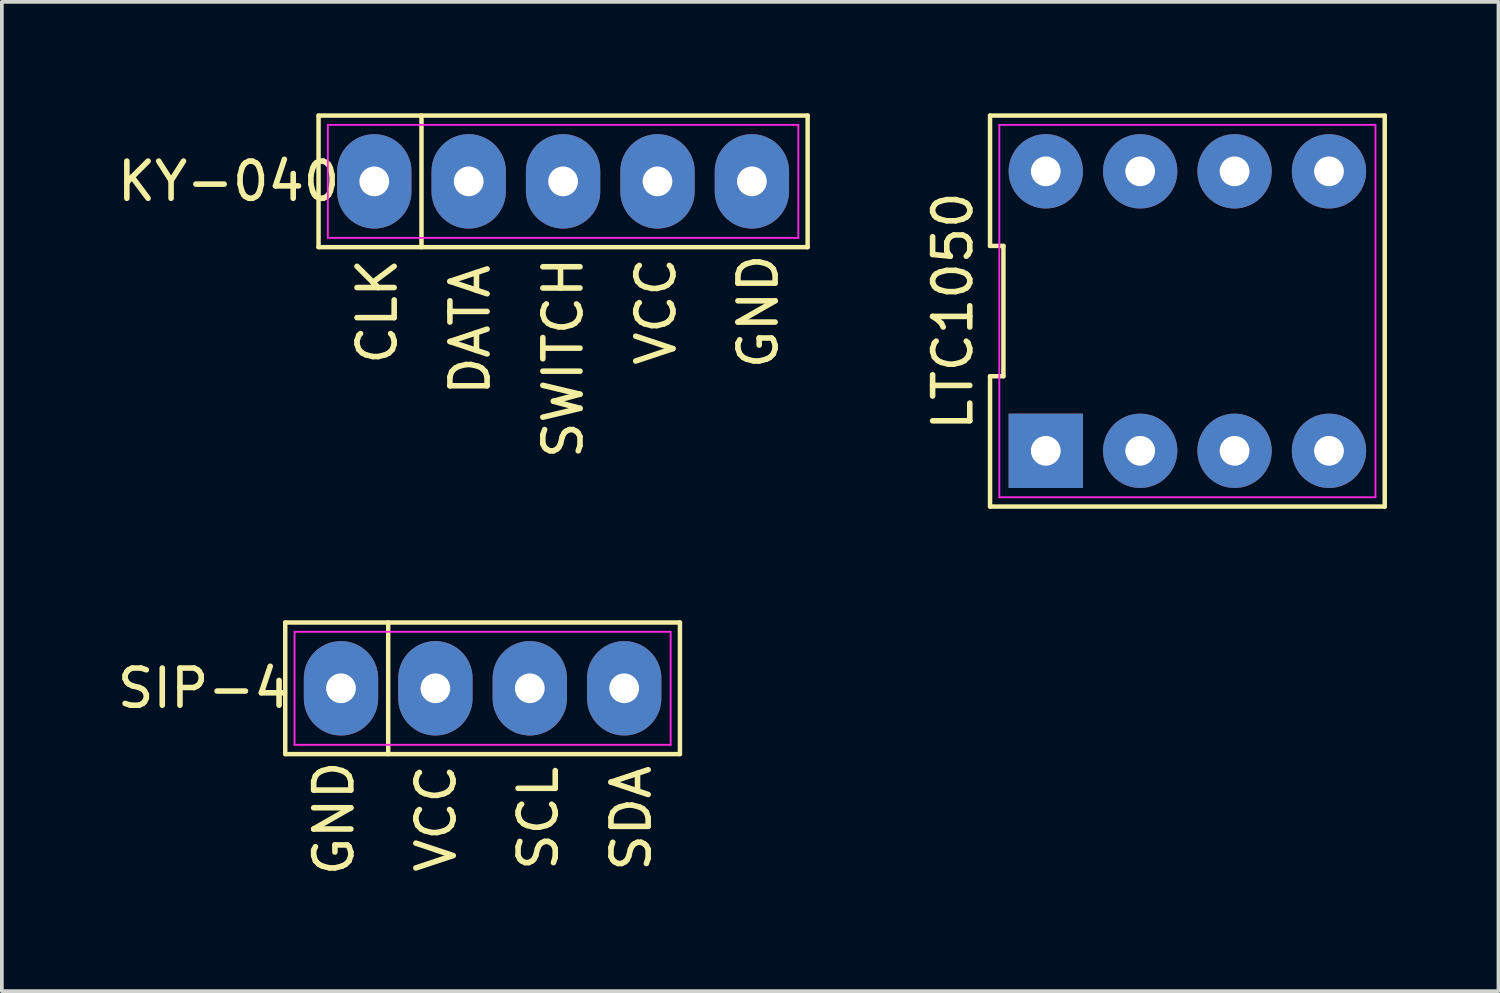
<source format=kicad_pcb>
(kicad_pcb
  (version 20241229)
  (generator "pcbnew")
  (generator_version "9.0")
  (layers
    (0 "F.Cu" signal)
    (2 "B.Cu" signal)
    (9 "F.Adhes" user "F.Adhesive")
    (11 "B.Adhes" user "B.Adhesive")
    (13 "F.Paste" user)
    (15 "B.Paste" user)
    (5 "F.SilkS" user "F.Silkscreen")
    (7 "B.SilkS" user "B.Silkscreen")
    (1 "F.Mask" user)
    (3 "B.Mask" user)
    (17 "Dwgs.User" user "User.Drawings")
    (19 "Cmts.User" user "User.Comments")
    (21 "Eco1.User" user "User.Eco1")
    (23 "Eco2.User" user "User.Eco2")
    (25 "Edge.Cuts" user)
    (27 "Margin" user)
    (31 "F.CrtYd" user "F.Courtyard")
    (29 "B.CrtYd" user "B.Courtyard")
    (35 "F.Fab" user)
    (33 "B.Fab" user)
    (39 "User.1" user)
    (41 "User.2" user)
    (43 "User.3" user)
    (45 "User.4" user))
  (footprint "SIP-4"
    (layer "F.Cu")
    (at 9.935 15.47)
    (property "Reference" "SIP-4" (at -7.5 0 0) (layer "F.SilkS") (effects (font (size 1 1) (thickness 0.15))))
    (fp_line (start -5.31 -1.77) (end 5.31 -1.77) (stroke (width 0.12) (type solid)) (layer "F.SilkS"))
    (fp_line (start -5.31 1.77) (end -5.31 -1.77) (stroke (width 0.12) (type solid)) (layer "F.SilkS"))
    (fp_line (start -2.54 -1.77) (end -2.54 1.77) (stroke (width 0.12) (type solid)) (layer "F.SilkS"))
    (fp_line (start 5.31 -1.77) (end 5.31 1.77) (stroke (width 0.12) (type solid)) (layer "F.SilkS"))
    (fp_line (start 5.31 1.77) (end -5.31 1.77) (stroke (width 0.12) (type solid)) (layer "F.SilkS"))
    (fp_line (start -5.06 -1.52) (end 5.06 -1.52) (stroke (width 0.05) (type solid)) (layer "F.CrtYd"))
    (fp_line (start -5.06 1.52) (end -5.06 -1.52) (stroke (width 0.05) (type solid)) (layer "F.CrtYd"))
    (fp_line (start 5.06 -1.52) (end 5.06 1.52) (stroke (width 0.05) (type solid)) (layer "F.CrtYd"))
    (fp_line (start 5.06 1.52) (end -5.06 1.52) (stroke (width 0.05) (type solid)) (layer "F.CrtYd"))
    (fp_text user "GND" (at -4 3.5 90) (unlocked yes) (layer "F.SilkS") (effects (font (size 1 1) (thickness 0.15))))
    (fp_text user "VCC" (at -1.25 3.5 90) (unlocked yes) (layer "F.SilkS") (effects (font (size 1 1) (thickness 0.15))))
    (fp_text user "SDA" (at 4 3.5 90) (unlocked yes) (layer "F.SilkS") (effects (font (size 1 1) (thickness 0.15))))
    (fp_text user "SCL" (at 1.5 3.5 90) (unlocked yes) (layer "F.SilkS") (effects (font (size 1 1) (thickness 0.15))))
    (pad "1" thru_hole oval (at -3.81 0) (size 2 2.54) (drill 0.8) (layers "*.Cu" "*.Mask"))
    (pad "2" thru_hole oval (at -1.27 0) (size 2 2.54) (drill 0.8) (layers "*.Cu" "*.Mask"))
    (pad "3" thru_hole oval (at 1.27 0) (size 2 2.54) (drill 0.8) (layers "*.Cu" "*.Mask"))
    (pad "4" thru_hole oval (at 3.81 0) (size 2 2.54) (drill 0.8) (layers "*.Cu" "*.Mask")))
  (footprint "KY-040"
    (layer "F.Cu")
    (at 12.101 1.83)
    (property "Reference" "KY-040" (at -9 0 0) (layer "F.SilkS") (effects (font (size 1 1) (thickness 0.15))))
    (fp_line (start -6.58 -1.77) (end 6.58 -1.77) (stroke (width 0.12) (type solid)) (layer "F.SilkS"))
    (fp_line (start -6.58 1.77) (end -6.58 -1.77) (stroke (width 0.12) (type solid)) (layer "F.SilkS"))
    (fp_line (start -3.81 -1.77) (end -3.81 1.77) (stroke (width 0.12) (type solid)) (layer "F.SilkS"))
    (fp_line (start 6.58 -1.77) (end 6.58 1.77) (stroke (width 0.12) (type solid)) (layer "F.SilkS"))
    (fp_line (start 6.58 1.77) (end -6.58 1.77) (stroke (width 0.12) (type solid)) (layer "F.SilkS"))
    (fp_line (start -6.33 -1.52) (end 6.33 -1.52) (stroke (width 0.05) (type solid)) (layer "F.CrtYd"))
    (fp_line (start -6.33 1.52) (end -6.33 -1.52) (stroke (width 0.05) (type solid)) (layer "F.CrtYd"))
    (fp_line (start 6.33 -1.52) (end 6.33 1.52) (stroke (width 0.05) (type solid)) (layer "F.CrtYd"))
    (fp_line (start 6.33 1.52) (end -6.33 1.52) (stroke (width 0.05) (type solid)) (layer "F.CrtYd"))
    (fp_text user "GND" (at 5.25 3.5 90) (unlocked yes) (layer "F.SilkS") (effects (font (size 1 1) (thickness 0.15))))
    (fp_text user "SWITCH" (at 0 4.75 90) (unlocked yes) (layer "F.SilkS") (effects (font (size 1 1) (thickness 0.15))))
    (fp_text user "VCC" (at 2.5 3.5 90) (unlocked yes) (layer "F.SilkS") (effects (font (size 1 1) (thickness 0.15))))
    (fp_text user "DATA" (at -2.5 4 90) (unlocked yes) (layer "F.SilkS") (effects (font (size 1 1) (thickness 0.15))))
    (fp_text user "CLK" (at -5 3.5 90) (unlocked yes) (layer "F.SilkS") (effects (font (size 1 1) (thickness 0.15))))
    (pad "1" thru_hole oval (at -5.08 0) (size 2 2.54) (drill 0.8) (layers "*.Cu" "*.Mask"))
    (pad "2" thru_hole oval (at -2.54 0) (size 2 2.54) (drill 0.8) (layers "*.Cu" "*.Mask"))
    (pad "3" thru_hole oval (at 0 0) (size 2 2.54) (drill 0.8) (layers "*.Cu" "*.Mask"))
    (pad "4" thru_hole oval (at 2.54 0) (size 2 2.54) (drill 0.8) (layers "*.Cu" "*.Mask"))
    (pad "5" thru_hole oval (at 5.08 0) (size 2 2.54) (drill 0.8) (layers "*.Cu" "*.Mask")))
  (footprint "LTC1050"
    (layer "F.Cu")
    (at 28.899 5.32)
    (property "Reference" "LTC1050" (at -6.31 0 90) (layer "F.SilkS") (effects (font (size 1 1) (thickness 0.15))))
    (fp_line (start -5.31 -5.26) (end -5.31 -1.753) (stroke (width 0.12) (type solid)) (layer "F.SilkS"))
    (fp_line (start -5.31 -1.753) (end -4.95 -1.753) (stroke (width 0.12) (type solid)) (layer "F.SilkS"))
    (fp_line (start -5.31 1.753) (end -5.31 5.26) (stroke (width 0.12) (type solid)) (layer "F.SilkS"))
    (fp_line (start -5.31 5.26) (end 5.31 5.26) (stroke (width 0.12) (type solid)) (layer "F.SilkS"))
    (fp_line (start -4.95 -1.753) (end -4.95 1.753) (stroke (width 0.12) (type solid)) (layer "F.SilkS"))
    (fp_line (start -4.95 1.753) (end -5.31 1.753) (stroke (width 0.12) (type solid)) (layer "F.SilkS"))
    (fp_line (start 5.31 -5.26) (end -5.31 -5.26) (stroke (width 0.12) (type solid)) (layer "F.SilkS"))
    (fp_line (start 5.31 5.26) (end 5.31 -5.26) (stroke (width 0.12) (type solid)) (layer "F.SilkS"))
    (fp_line (start -5.06 -5.01) (end 5.06 -5.01) (stroke (width 0.05) (type solid)) (layer "F.CrtYd"))
    (fp_line (start -5.06 5.01) (end -5.06 -5.01) (stroke (width 0.05) (type solid)) (layer "F.CrtYd"))
    (fp_line (start 5.06 -5.01) (end 5.06 5.01) (stroke (width 0.05) (type solid)) (layer "F.CrtYd"))
    (fp_line (start 5.06 5.01) (end -5.06 5.01) (stroke (width 0.05) (type solid)) (layer "F.CrtYd"))
    (pad "1" thru_hole rect (at -3.81 3.76) (size 2 2) (drill 0.8) (layers "*.Cu" "*.Mask"))
    (pad "2" thru_hole circle (at -1.27 3.76) (size 2 2) (drill 0.8) (layers "*.Cu" "*.Mask"))
    (pad "3" thru_hole circle (at 1.27 3.76) (size 2 2) (drill 0.8) (layers "*.Cu" "*.Mask"))
    (pad "4" thru_hole circle (at 3.81 3.76) (size 2 2) (drill 0.8) (layers "*.Cu" "*.Mask"))
    (pad "5" thru_hole circle (at 3.81 -3.76) (size 2 2) (drill 0.8) (layers "*.Cu" "*.Mask"))
    (pad "6" thru_hole circle (at 1.27 -3.76) (size 2 2) (drill 0.8) (layers "*.Cu" "*.Mask"))
    (pad "7" thru_hole circle (at -1.27 -3.76) (size 2 2) (drill 0.8) (layers "*.Cu" "*.Mask"))
    (pad "8" thru_hole circle (at -3.81 -3.76) (size 2 2) (drill 0.8) (layers "*.Cu" "*.Mask")))
  (gr_rect
    (start -3 -3)
    (end 37.269 23.619)
    (stroke (width 0.1) (type default))
    (fill no)
    (layer "Edge.Cuts")))
</source>
